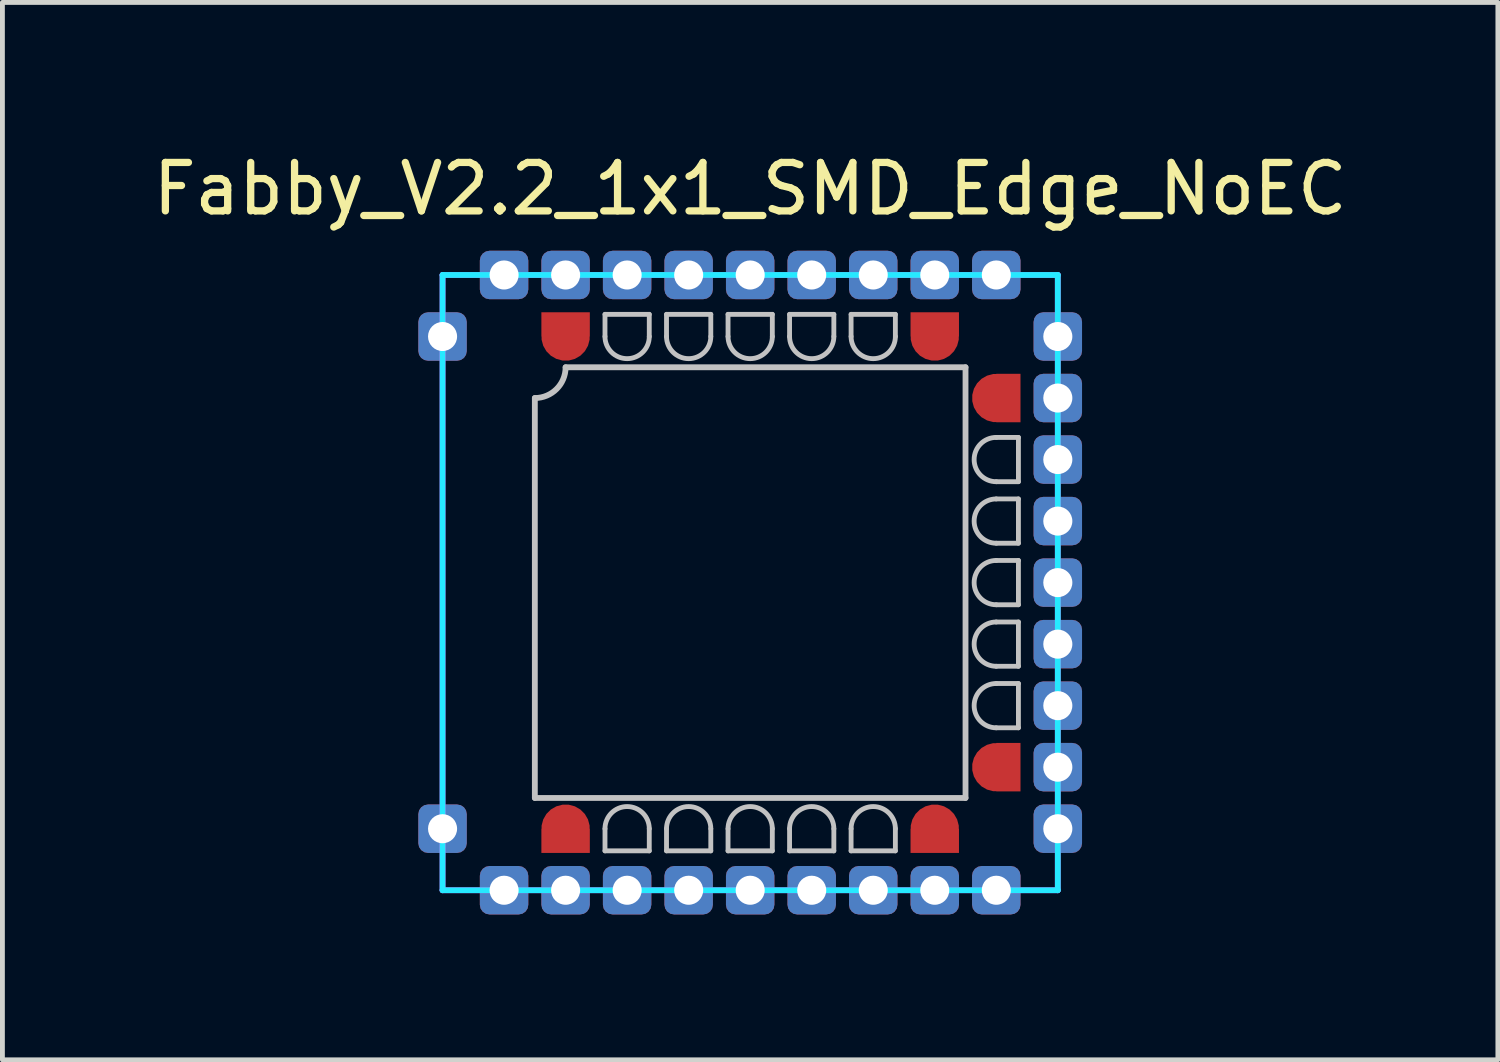
<source format=kicad_pcb>
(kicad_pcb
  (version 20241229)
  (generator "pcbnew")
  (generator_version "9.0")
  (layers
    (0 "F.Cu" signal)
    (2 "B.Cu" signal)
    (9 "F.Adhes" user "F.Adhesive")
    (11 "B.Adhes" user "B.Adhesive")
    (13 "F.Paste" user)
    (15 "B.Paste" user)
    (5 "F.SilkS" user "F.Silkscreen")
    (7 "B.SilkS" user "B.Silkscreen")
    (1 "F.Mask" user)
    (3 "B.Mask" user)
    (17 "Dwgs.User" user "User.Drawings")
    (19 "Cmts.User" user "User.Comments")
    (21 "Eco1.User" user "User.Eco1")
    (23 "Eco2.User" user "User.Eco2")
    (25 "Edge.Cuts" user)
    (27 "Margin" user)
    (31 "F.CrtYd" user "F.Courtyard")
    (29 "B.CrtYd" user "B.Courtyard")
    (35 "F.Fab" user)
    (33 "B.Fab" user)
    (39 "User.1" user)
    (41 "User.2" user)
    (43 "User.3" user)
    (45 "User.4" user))
  (footprint "Fabby_V2.2_1x1_SMD_Edge_NoEC"
    (layer "F.Cu")
    (at 12.435 8.976)
    (property "Reference" "Fabby_V2.2_1x1_SMD_Edge_NoEC" (at 0 -8.128 0) (layer "F.SilkS") (effects (font (size 1 1) (thickness 0.15))))
    (attr through_hole)
    (fp_line (start -4.445 4.445) (end -4.445 -3.81) (stroke (width 0.12) (type solid)) (layer "Dwgs.User"))
    (fp_line (start -3.81 -4.445) (end 4.445 -4.445) (stroke (width 0.12) (type solid)) (layer "Dwgs.User"))
    (fp_line (start -2.997 -5.537) (end -2.083 -5.537) (stroke (width 0.1) (type solid)) (layer "Dwgs.User"))
    (fp_line (start -2.997 -5.08) (end -2.997 -5.537) (stroke (width 0.1) (type solid)) (layer "Dwgs.User"))
    (fp_line (start -2.997 5.537) (end -2.997 5.08) (stroke (width 0.1) (type solid)) (layer "Dwgs.User"))
    (fp_line (start -2.083 -5.537) (end -2.083 -5.08) (stroke (width 0.1) (type solid)) (layer "Dwgs.User"))
    (fp_line (start -2.083 5.08) (end -2.083 5.537) (stroke (width 0.1) (type solid)) (layer "Dwgs.User"))
    (fp_line (start -2.083 5.537) (end -2.997 5.537) (stroke (width 0.1) (type solid)) (layer "Dwgs.User"))
    (fp_line (start -1.727 -5.537) (end -0.813 -5.537) (stroke (width 0.1) (type solid)) (layer "Dwgs.User"))
    (fp_line (start -1.727 -5.08) (end -1.727 -5.537) (stroke (width 0.1) (type solid)) (layer "Dwgs.User"))
    (fp_line (start -1.727 5.537) (end -1.727 5.08) (stroke (width 0.1) (type solid)) (layer "Dwgs.User"))
    (fp_line (start -0.813 -5.537) (end -0.813 -5.08) (stroke (width 0.1) (type solid)) (layer "Dwgs.User"))
    (fp_line (start -0.813 5.08) (end -0.813 5.537) (stroke (width 0.1) (type solid)) (layer "Dwgs.User"))
    (fp_line (start -0.813 5.537) (end -1.727 5.537) (stroke (width 0.1) (type solid)) (layer "Dwgs.User"))
    (fp_line (start -0.457 -5.537) (end 0.457 -5.537) (stroke (width 0.1) (type solid)) (layer "Dwgs.User"))
    (fp_line (start -0.457 -5.08) (end -0.457 -5.537) (stroke (width 0.1) (type solid)) (layer "Dwgs.User"))
    (fp_line (start -0.457 5.537) (end -0.457 5.08) (stroke (width 0.1) (type solid)) (layer "Dwgs.User"))
    (fp_line (start 0.457 -5.537) (end 0.457 -5.08) (stroke (width 0.1) (type solid)) (layer "Dwgs.User"))
    (fp_line (start 0.457 5.08) (end 0.457 5.537) (stroke (width 0.1) (type solid)) (layer "Dwgs.User"))
    (fp_line (start 0.457 5.537) (end -0.457 5.537) (stroke (width 0.1) (type solid)) (layer "Dwgs.User"))
    (fp_line (start 0.813 -5.537) (end 1.727 -5.537) (stroke (width 0.1) (type solid)) (layer "Dwgs.User"))
    (fp_line (start 0.813 -5.08) (end 0.813 -5.537) (stroke (width 0.1) (type solid)) (layer "Dwgs.User"))
    (fp_line (start 0.813 5.537) (end 0.813 5.08) (stroke (width 0.1) (type solid)) (layer "Dwgs.User"))
    (fp_line (start 1.727 -5.537) (end 1.727 -5.08) (stroke (width 0.1) (type solid)) (layer "Dwgs.User"))
    (fp_line (start 1.727 5.08) (end 1.727 5.537) (stroke (width 0.1) (type solid)) (layer "Dwgs.User"))
    (fp_line (start 1.727 5.537) (end 0.813 5.537) (stroke (width 0.1) (type solid)) (layer "Dwgs.User"))
    (fp_line (start 2.083 -5.537) (end 2.997 -5.537) (stroke (width 0.1) (type solid)) (layer "Dwgs.User"))
    (fp_line (start 2.083 -5.08) (end 2.083 -5.537) (stroke (width 0.1) (type solid)) (layer "Dwgs.User"))
    (fp_line (start 2.083 5.537) (end 2.083 5.08) (stroke (width 0.1) (type solid)) (layer "Dwgs.User"))
    (fp_line (start 2.997 -5.537) (end 2.997 -5.08) (stroke (width 0.1) (type solid)) (layer "Dwgs.User"))
    (fp_line (start 2.997 5.08) (end 2.997 5.537) (stroke (width 0.1) (type solid)) (layer "Dwgs.User"))
    (fp_line (start 2.997 5.537) (end 2.083 5.537) (stroke (width 0.1) (type solid)) (layer "Dwgs.User"))
    (fp_line (start 4.445 -4.445) (end 4.445 4.445) (stroke (width 0.12) (type solid)) (layer "Dwgs.User"))
    (fp_line (start 4.445 4.445) (end -4.445 4.445) (stroke (width 0.12) (type solid)) (layer "Dwgs.User"))
    (fp_line (start 5.08 -2.997) (end 5.537 -2.997) (stroke (width 0.1) (type solid)) (layer "Dwgs.User"))
    (fp_line (start 5.08 -1.727) (end 5.537 -1.727) (stroke (width 0.1) (type solid)) (layer "Dwgs.User"))
    (fp_line (start 5.08 -0.457) (end 5.537 -0.457) (stroke (width 0.1) (type solid)) (layer "Dwgs.User"))
    (fp_line (start 5.08 0.813) (end 5.537 0.813) (stroke (width 0.1) (type solid)) (layer "Dwgs.User"))
    (fp_line (start 5.08 2.083) (end 5.537 2.083) (stroke (width 0.1) (type solid)) (layer "Dwgs.User"))
    (fp_line (start 5.537 -2.997) (end 5.537 -2.083) (stroke (width 0.1) (type solid)) (layer "Dwgs.User"))
    (fp_line (start 5.537 -2.083) (end 5.08 -2.083) (stroke (width 0.1) (type solid)) (layer "Dwgs.User"))
    (fp_line (start 5.537 -1.727) (end 5.537 -0.813) (stroke (width 0.1) (type solid)) (layer "Dwgs.User"))
    (fp_line (start 5.537 -0.813) (end 5.08 -0.813) (stroke (width 0.1) (type solid)) (layer "Dwgs.User"))
    (fp_line (start 5.537 -0.457) (end 5.537 0.457) (stroke (width 0.1) (type solid)) (layer "Dwgs.User"))
    (fp_line (start 5.537 0.457) (end 5.08 0.457) (stroke (width 0.1) (type solid)) (layer "Dwgs.User"))
    (fp_line (start 5.537 0.813) (end 5.537 1.727) (stroke (width 0.1) (type solid)) (layer "Dwgs.User"))
    (fp_line (start 5.537 1.727) (end 5.08 1.727) (stroke (width 0.1) (type solid)) (layer "Dwgs.User"))
    (fp_line (start 5.537 2.083) (end 5.537 2.997) (stroke (width 0.1) (type solid)) (layer "Dwgs.User"))
    (fp_line (start 5.537 2.997) (end 5.08 2.997) (stroke (width 0.1) (type solid)) (layer "Dwgs.User"))
    (fp_arc (start -3.81 -4.445) (mid -3.995987 -3.995987) (end -4.445 -3.81) (stroke (width 0.12) (type solid)) (layer "Dwgs.User"))
    (fp_arc (start -2.9972 5.08) (mid -2.54 4.6228) (end -2.0828 5.08) (stroke (width 0.1) (type solid)) (layer "Dwgs.User"))
    (fp_arc (start -2.0828 -5.08) (mid -2.54 -4.6228) (end -2.9972 -5.08) (stroke (width 0.1) (type solid)) (layer "Dwgs.User"))
    (fp_arc (start -1.7272 5.08) (mid -1.27 4.6228) (end -0.8128 5.08) (stroke (width 0.1) (type solid)) (layer "Dwgs.User"))
    (fp_arc (start -0.8128 -5.08) (mid -1.27 -4.6228) (end -1.7272 -5.08) (stroke (width 0.1) (type solid)) (layer "Dwgs.User"))
    (fp_arc (start -0.4572 5.08) (mid 0 4.6228) (end 0.4572 5.08) (stroke (width 0.1) (type solid)) (layer "Dwgs.User"))
    (fp_arc (start 0.4572 -5.08) (mid 0 -4.6228) (end -0.4572 -5.08) (stroke (width 0.1) (type solid)) (layer "Dwgs.User"))
    (fp_arc (start 0.8128 5.08) (mid 1.27 4.6228) (end 1.7272 5.08) (stroke (width 0.1) (type solid)) (layer "Dwgs.User"))
    (fp_arc (start 1.7272 -5.08) (mid 1.27 -4.6228) (end 0.8128 -5.08) (stroke (width 0.1) (type solid)) (layer "Dwgs.User"))
    (fp_arc (start 2.0828 5.08) (mid 2.54 4.6228) (end 2.9972 5.08) (stroke (width 0.1) (type solid)) (layer "Dwgs.User"))
    (fp_arc (start 2.9972 -5.08) (mid 2.54 -4.6228) (end 2.0828 -5.08) (stroke (width 0.1) (type solid)) (layer "Dwgs.User"))
    (fp_arc (start 5.08 -2.0828) (mid 4.6228 -2.54) (end 5.08 -2.9972) (stroke (width 0.1) (type solid)) (layer "Dwgs.User"))
    (fp_arc (start 5.08 -0.8128) (mid 4.6228 -1.27) (end 5.08 -1.7272) (stroke (width 0.1) (type solid)) (layer "Dwgs.User"))
    (fp_arc (start 5.08 0.4572) (mid 4.6228 0) (end 5.08 -0.4572) (stroke (width 0.1) (type solid)) (layer "Dwgs.User"))
    (fp_arc (start 5.08 1.7272) (mid 4.6228 1.27) (end 5.08 0.8128) (stroke (width 0.1) (type solid)) (layer "Dwgs.User"))
    (fp_arc (start 5.08 2.9972) (mid 4.6228 2.54) (end 5.08 2.0828) (stroke (width 0.1) (type solid)) (layer "Dwgs.User"))
    (fp_line (start -6.35 -6.35) (end 6.35 -6.35) (stroke (width 0.12) (type solid)) (layer "B.CrtYd"))
    (fp_line (start -6.35 6.35) (end -6.35 -6.35) (stroke (width 0.12) (type solid)) (layer "B.CrtYd"))
    (fp_line (start 6.35 -6.35) (end 6.35 6.35) (stroke (width 0.12) (type solid)) (layer "B.CrtYd"))
    (fp_line (start 6.35 6.35) (end -6.35 6.35) (stroke (width 0.12) (type solid)) (layer "B.CrtYd"))
    (fp_line (start -6.35 -6.35) (end 6.35 -6.35) (stroke (width 0.12) (type solid)) (layer "F.CrtYd"))
    (fp_line (start -6.35 6.35) (end -6.35 -6.35) (stroke (width 0.12) (type solid)) (layer "F.CrtYd"))
    (fp_line (start 6.35 -6.35) (end 6.35 6.35) (stroke (width 0.12) (type solid)) (layer "F.CrtYd"))
    (fp_line (start 6.35 6.35) (end -6.35 6.35) (stroke (width 0.12) (type solid)) (layer "F.CrtYd"))
    (pad "" thru_hole roundrect (at -3.81 -6.35 270) (size 1 1) (drill 0.6) (layers "*.Cu" "*.Mask") (roundrect_rratio 0.2))
    (pad "" thru_hole roundrect (at -3.81 6.35 270) (size 1 1) (drill 0.6) (layers "*.Cu" "*.Mask") (roundrect_rratio 0.2))
    (pad "" thru_hole roundrect (at 3.81 -6.35 270) (size 1 1) (drill 0.6) (layers "*.Cu" "*.Mask") (roundrect_rratio 0.2))
    (pad "" thru_hole roundrect (at 3.81 6.35 270) (size 1 1) (drill 0.6) (layers "*.Cu" "*.Mask") (roundrect_rratio 0.2))
    (pad "" thru_hole roundrect (at 6.35 -3.81 270) (size 1 1) (drill 0.6) (layers "*.Cu" "*.Mask") (roundrect_rratio 0.2))
    (pad "" thru_hole roundrect (at 6.35 3.81 270) (size 1 1) (drill 0.6) (layers "*.Cu" "*.Mask") (roundrect_rratio 0.2))
    (pad "1" thru_hole roundrect (at -6.35 -5.08 270) (size 1 1) (drill 0.6) (layers "*.Cu" "*.Mask") (roundrect_rratio 0.2))
    (pad "1" thru_hole roundrect (at -6.35 5.08 270) (size 1 1) (drill 0.6) (layers "*.Cu" "*.Mask") (roundrect_rratio 0.2))
    (pad "1" thru_hole roundrect (at -5.08 -6.35 270) (size 1 1) (drill 0.6) (layers "*.Cu" "*.Mask") (roundrect_rratio 0.2))
    (pad "1" thru_hole roundrect (at -5.08 6.35 270) (size 1 1) (drill 0.6) (layers "*.Cu" "*.Mask") (roundrect_rratio 0.2))
    (pad "1" thru_hole roundrect (at 5.08 -6.35 270) (size 1 1) (drill 0.6) (layers "*.Cu" "*.Mask") (roundrect_rratio 0.2))
    (pad "1" thru_hole roundrect (at 5.08 6.35 270) (size 1 1) (drill 0.6) (layers "*.Cu" "*.Mask") (roundrect_rratio 0.2))
    (pad "1" thru_hole roundrect (at 6.35 -5.08 270) (size 1 1) (drill 0.6) (layers "*.Cu" "*.Mask") (roundrect_rratio 0.2))
    (pad "1" thru_hole roundrect (at 6.35 5.08 270) (size 1 1) (drill 0.6) (layers "*.Cu" "*.Mask") (roundrect_rratio 0.2))
    (pad "9" smd custom (at -3.81 5.08 90) (size 1 1) (layers "F.Cu" "F.Mask" "F.Paste") (options (anchor circle)) (primitives (gr_poly (pts (xy -0.5 -0.5) (xy 0 -0.5) (xy 0 0.5) (xy -0.5 0.5)) (width 0) (fill yes))))
    (pad "10" thru_hole roundrect (at -2.54 6.35 270) (size 1 1) (drill 0.6) (layers "*.Cu" "*.Mask") (roundrect_rratio 0.2))
    (pad "11" thru_hole roundrect (at -1.27 6.35 270) (size 1 1) (drill 0.6) (layers "*.Cu" "*.Mask") (roundrect_rratio 0.2))
    (pad "12" thru_hole roundrect (at 0 6.35 270) (size 1 1) (drill 0.6) (layers "*.Cu" "*.Mask") (roundrect_rratio 0.2))
    (pad "13" thru_hole roundrect (at 1.27 6.35 270) (size 1 1) (drill 0.6) (layers "*.Cu" "*.Mask") (roundrect_rratio 0.2))
    (pad "14" thru_hole roundrect (at 2.54 6.35 270) (size 1 1) (drill 0.6) (layers "*.Cu" "*.Mask") (roundrect_rratio 0.2))
    (pad "15" smd custom (at 3.81 5.08 90) (size 1 1) (layers "F.Cu" "F.Mask" "F.Paste") (options (anchor circle)) (primitives (gr_poly (pts (xy -0.5 -0.5) (xy 0 -0.5) (xy 0 0.5) (xy -0.5 0.5)) (width 0) (fill yes))))
    (pad "16" smd custom (at 5.08 3.81 180) (size 1 1) (layers "F.Cu" "F.Mask" "F.Paste") (options (anchor circle)) (primitives (gr_poly (pts (xy -0.5 -0.5) (xy 0 -0.5) (xy 0 0.5) (xy -0.5 0.5)) (width 0) (fill yes))))
    (pad "17" thru_hole roundrect (at 6.35 2.54 270) (size 1 1) (drill 0.6) (layers "*.Cu" "*.Mask") (roundrect_rratio 0.2))
    (pad "18" thru_hole roundrect (at 6.35 1.27 270) (size 1 1) (drill 0.6) (layers "*.Cu" "*.Mask") (roundrect_rratio 0.2))
    (pad "19" thru_hole roundrect (at 6.35 0 270) (size 1 1) (drill 0.6) (layers "*.Cu" "*.Mask") (roundrect_rratio 0.2))
    (pad "20" thru_hole roundrect (at 6.35 -1.27 270) (size 1 1) (drill 0.6) (layers "*.Cu" "*.Mask") (roundrect_rratio 0.2))
    (pad "21" thru_hole roundrect (at 6.35 -2.54 270) (size 1 1) (drill 0.6) (layers "*.Cu" "*.Mask") (roundrect_rratio 0.2))
    (pad "22" smd custom (at 5.08 -3.81 180) (size 1 1) (layers "F.Cu" "F.Mask" "F.Paste") (options (anchor circle)) (primitives (gr_poly (pts (xy -0.5 -0.5) (xy 0 -0.5) (xy 0 0.5) (xy -0.5 0.5)) (width 0) (fill yes))))
    (pad "23" smd custom (at 3.81 -5.08 270) (size 1 1) (layers "F.Cu" "F.Mask" "F.Paste") (options (anchor circle)) (primitives (gr_poly (pts (xy -0.5 -0.5) (xy 0 -0.5) (xy 0 0.5) (xy -0.5 0.5)) (width 0) (fill yes))))
    (pad "24" thru_hole roundrect (at 2.54 -6.35 270) (size 1 1) (drill 0.6) (layers "*.Cu" "*.Mask") (roundrect_rratio 0.2))
    (pad "25" thru_hole roundrect (at 1.27 -6.35 270) (size 1 1) (drill 0.6) (layers "*.Cu" "*.Mask") (roundrect_rratio 0.2))
    (pad "26" thru_hole roundrect (at 0 -6.35 270) (size 1 1) (drill 0.6) (layers "*.Cu" "*.Mask") (roundrect_rratio 0.2))
    (pad "27" thru_hole roundrect (at -1.27 -6.35 270) (size 1 1) (drill 0.6) (layers "*.Cu" "*.Mask") (roundrect_rratio 0.2))
    (pad "28" thru_hole roundrect (at -2.54 -6.35 270) (size 1 1) (drill 0.6) (layers "*.Cu" "*.Mask") (roundrect_rratio 0.2))
    (pad "29" smd custom (at -3.81 -5.08 270) (size 1 1) (layers "F.Cu" "F.Mask" "F.Paste") (options (anchor circle)) (primitives (gr_poly (pts (xy -0.5 -0.5) (xy 0 -0.5) (xy 0 0.5) (xy -0.5 0.5)) (width 0) (fill yes)))))
  (gr_rect
    (start -3 -3)
    (end 27.869 18.826)
    (stroke (width 0.1) (type default))
    (fill no)
    (layer "Edge.Cuts")))
</source>
